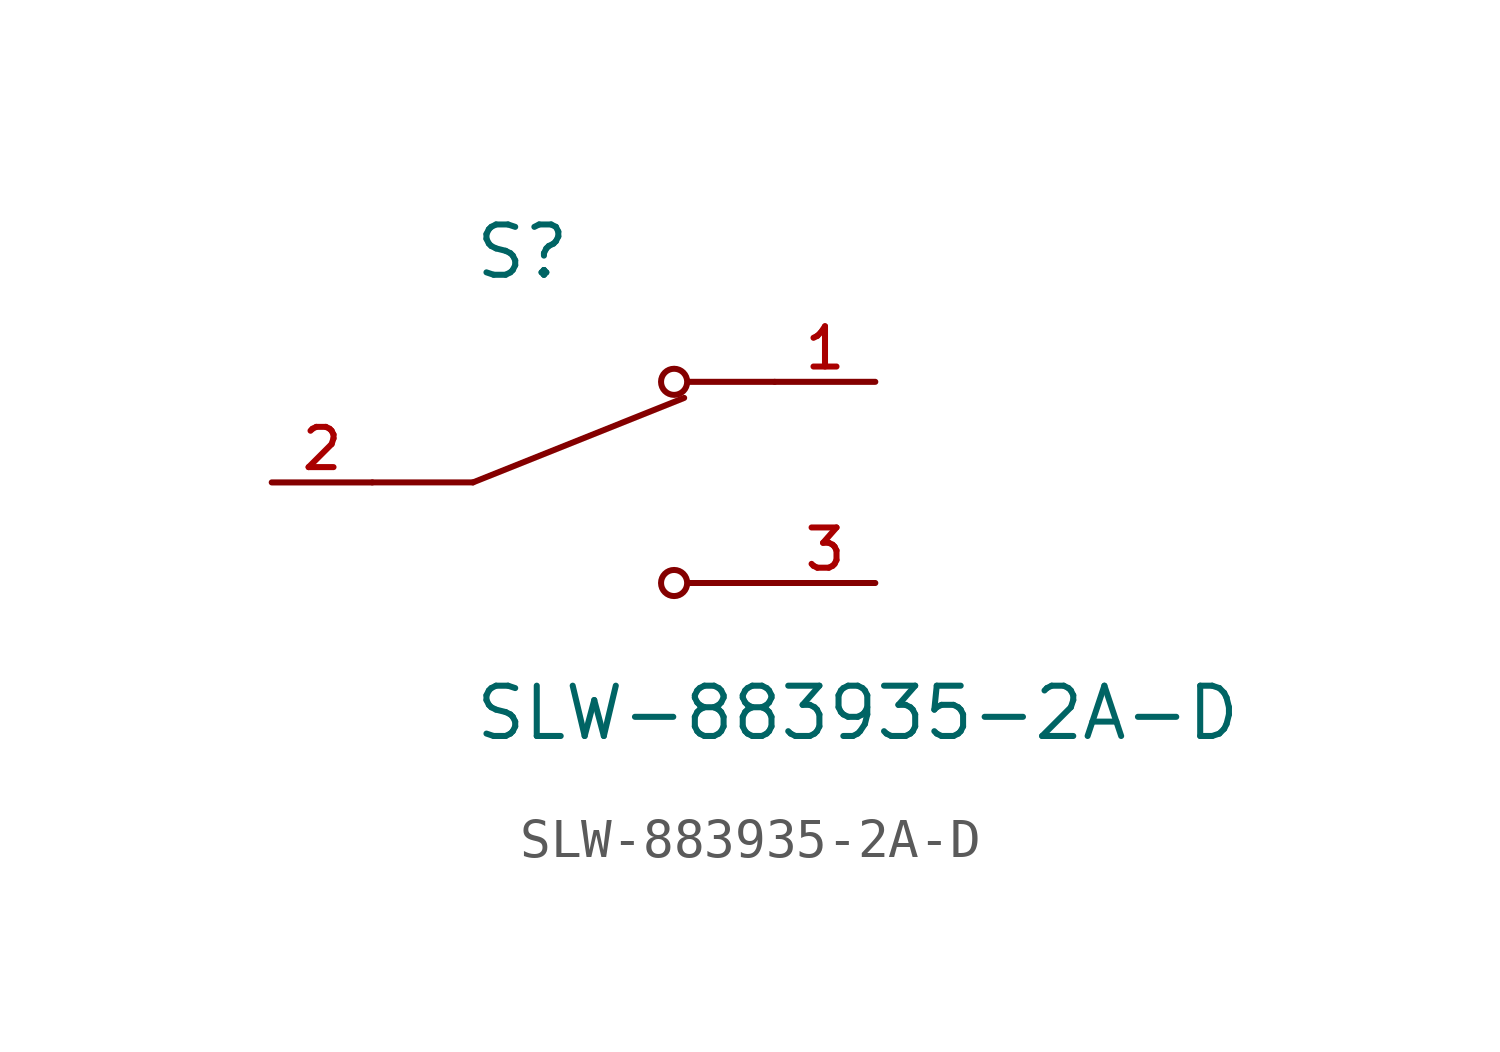
<source format=kicad_sym>
(kicad_symbol_lib
  (version 20241209)
  (generator "kicad_symbol_editor")
  (generator_version "9.0")
  (symbol "SLW-883935-2A-D"
    (pin_names
      (offset 1.016))
    (property "Reference" "S"
      (at -2.54 5.08 0)
      (effects (font (size 1.27 1.27)) (justify left bottom)))
    (property "Value" "SLW-883935-2A-D"
      (at -2.54 -5.08 0)
      (effects (font (size 1.27 1.27)) (justify left top)))
    (symbol "SLW-883935-2A-D_0_0"
      (polyline (pts (xy -2.54 0) (xy -5.08 0)) (stroke (width 0.152) (type default)) (fill (type none)))
      (polyline (pts (xy -2.54 0) (xy 2.794 2.134)) (stroke (width 0.152) (type default)) (fill (type none)))
      (circle (center 2.54 2.54) (radius 0.33) (stroke (width 0.152) (type default)) (fill (type none)))
      (circle (center 2.54 -2.54) (radius 0.33) (stroke (width 0.152) (type default)) (fill (type none)))
      (polyline (pts (xy 5.08 2.54) (xy 2.921 2.54)) (stroke (width 0.152) (type default)) (fill (type none)))
      (polyline (pts (xy 5.08 -2.54) (xy 2.921 -2.54)) (stroke (width 0.152) (type default)) (fill (type none)))
      (pin passive line (at -7.62 0 0) (length 2.54) (name "~" (effects (font (size 1.016 1.016)))) (number "2" (effects (font (size 1.016 1.016)))))
      (pin passive line (at 7.62 2.54 180) (length 2.54) (name "~" (effects (font (size 1.016 1.016)))) (number "1" (effects (font (size 1.016 1.016)))))
      (pin passive line (at 7.62 -2.54 180) (length 2.54) (name "~" (effects (font (size 1.016 1.016)))) (number "3" (effects (font (size 1.016 1.016))))))))
</source>
